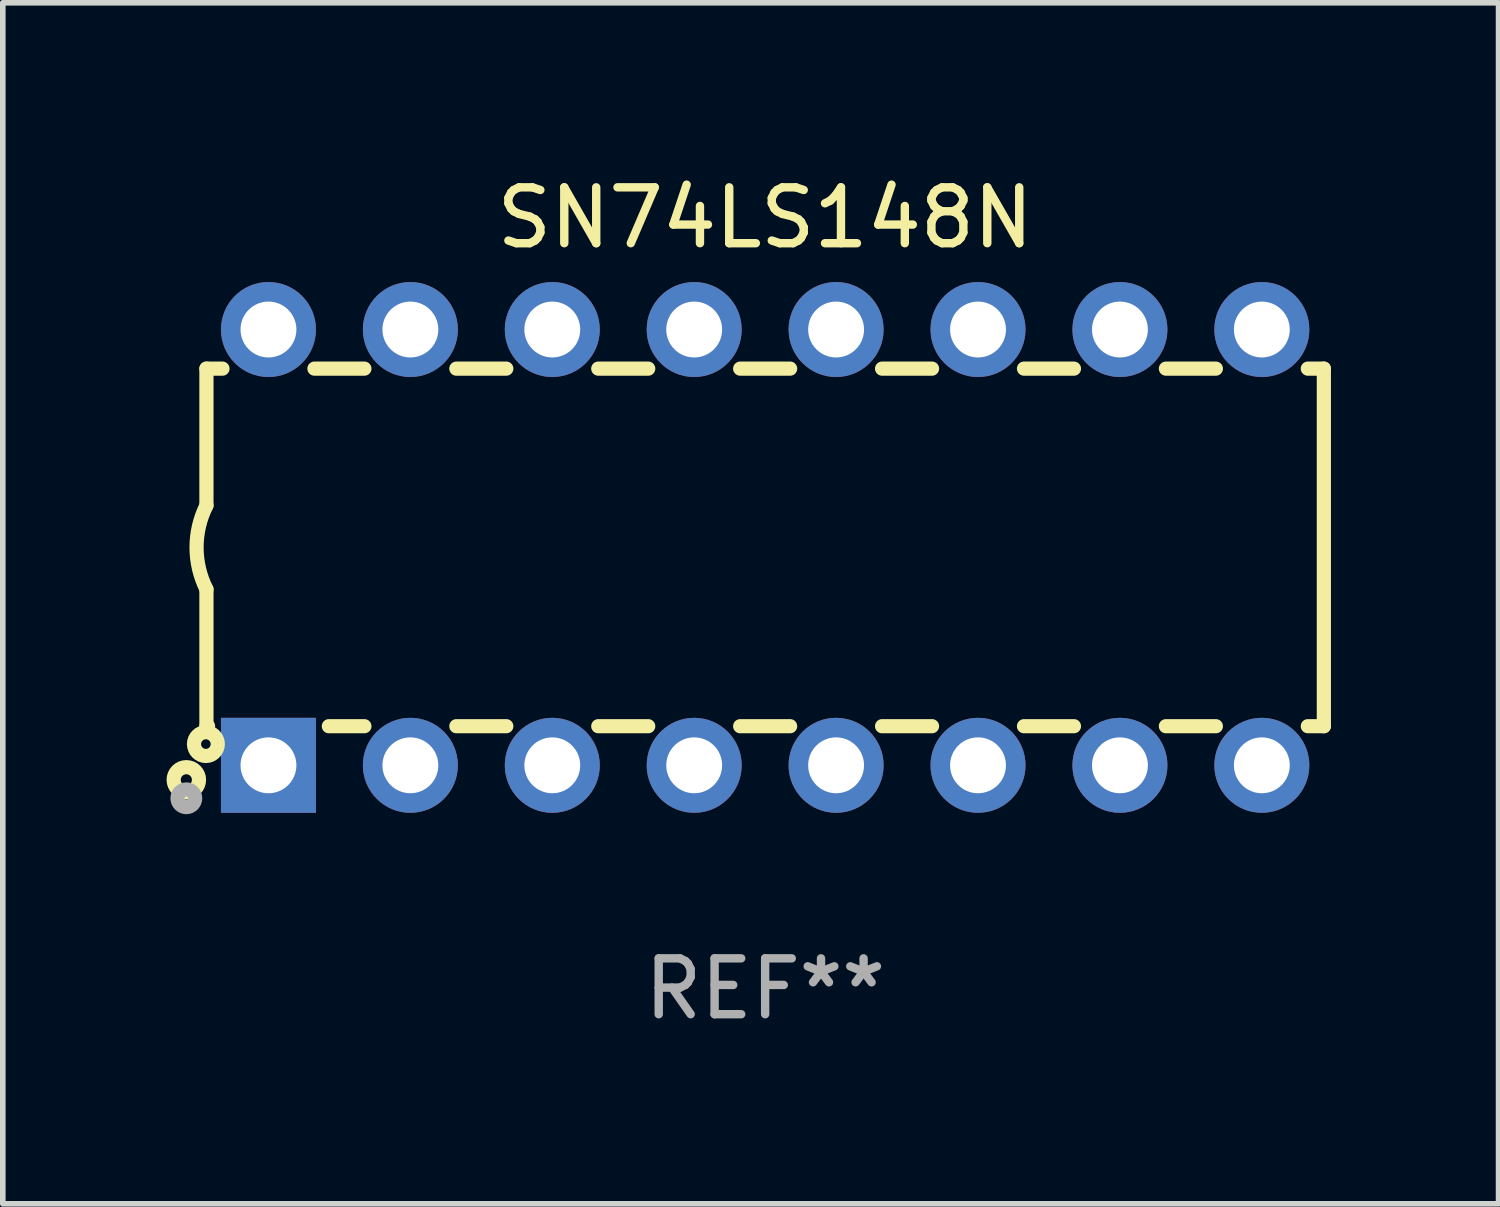
<source format=kicad_pcb>
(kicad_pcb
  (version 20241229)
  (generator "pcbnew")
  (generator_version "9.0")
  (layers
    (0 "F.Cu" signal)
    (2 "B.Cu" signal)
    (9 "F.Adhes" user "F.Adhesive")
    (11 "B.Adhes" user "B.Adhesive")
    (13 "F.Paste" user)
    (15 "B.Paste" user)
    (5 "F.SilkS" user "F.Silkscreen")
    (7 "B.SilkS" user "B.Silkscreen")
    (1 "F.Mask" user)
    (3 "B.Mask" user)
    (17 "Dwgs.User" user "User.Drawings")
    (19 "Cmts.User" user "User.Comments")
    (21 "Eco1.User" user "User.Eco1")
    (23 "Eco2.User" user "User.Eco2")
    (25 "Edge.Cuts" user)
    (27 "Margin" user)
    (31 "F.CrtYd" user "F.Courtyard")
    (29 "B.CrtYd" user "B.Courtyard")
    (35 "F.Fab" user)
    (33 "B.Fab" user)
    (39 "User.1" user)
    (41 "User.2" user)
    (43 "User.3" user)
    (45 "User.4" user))
  (footprint "SN74LS148N"
    (layer "F.Cu")
    (at 10.645 6.748)
    (property "Reference" "SN74LS148N" (at 0 -5.9 0) (layer "F.SilkS") (effects (font (size 1 1) (thickness 0.15))))
    (attr through_hole)
    (fp_line (start -10 -3.2) (end -10 -0.75) (stroke (width 0.254) (type solid)) (layer "F.SilkS"))
    (fp_line (start -10 -3.2) (end -9.713 -3.2) (stroke (width 0.254) (type solid)) (layer "F.SilkS"))
    (fp_line (start -10 3.2) (end -10 0.75) (stroke (width 0.254) (type solid)) (layer "F.SilkS"))
    (fp_line (start -10 3.2) (end -9.971 3.2) (stroke (width 0.254) (type solid)) (layer "F.SilkS"))
    (fp_line (start -8.067 -3.2) (end -7.173 -3.2) (stroke (width 0.254) (type solid)) (layer "F.SilkS"))
    (fp_line (start -7.809 3.2) (end -7.173 3.2) (stroke (width 0.254) (type solid)) (layer "F.SilkS"))
    (fp_line (start -5.527 3.2) (end -4.633 3.2) (stroke (width 0.254) (type solid)) (layer "F.SilkS"))
    (fp_line (start -5.527 -3.2) (end -4.633 -3.2) (stroke (width 0.254) (type solid)) (layer "F.SilkS"))
    (fp_line (start -2.987 3.2) (end -2.093 3.2) (stroke (width 0.254) (type solid)) (layer "F.SilkS"))
    (fp_line (start -2.987 -3.2) (end -2.093 -3.2) (stroke (width 0.254) (type solid)) (layer "F.SilkS"))
    (fp_line (start -0.447 3.2) (end 0.447 3.2) (stroke (width 0.254) (type solid)) (layer "F.SilkS"))
    (fp_line (start -0.447 -3.2) (end 0.447 -3.2) (stroke (width 0.254) (type solid)) (layer "F.SilkS"))
    (fp_line (start 2.093 3.2) (end 2.987 3.2) (stroke (width 0.254) (type solid)) (layer "F.SilkS"))
    (fp_line (start 2.093 -3.2) (end 2.987 -3.2) (stroke (width 0.254) (type solid)) (layer "F.SilkS"))
    (fp_line (start 4.633 3.2) (end 5.527 3.2) (stroke (width 0.254) (type solid)) (layer "F.SilkS"))
    (fp_line (start 4.633 -3.2) (end 5.527 -3.2) (stroke (width 0.254) (type solid)) (layer "F.SilkS"))
    (fp_line (start 7.173 3.2) (end 8.067 3.2) (stroke (width 0.254) (type solid)) (layer "F.SilkS"))
    (fp_line (start 7.173 -3.2) (end 8.067 -3.2) (stroke (width 0.254) (type solid)) (layer "F.SilkS"))
    (fp_line (start 9.713 3.2) (end 10 3.2) (stroke (width 0.254) (type solid)) (layer "F.SilkS"))
    (fp_line (start 9.713 -3.2) (end 10 -3.2) (stroke (width 0.254) (type solid)) (layer "F.SilkS"))
    (fp_line (start 10 -3.2) (end 10 3.2) (stroke (width 0.254) (type solid)) (layer "F.SilkS"))
    (fp_arc (start -10 0.748793) (mid -10.176918 -0.000607) (end -10.000025 -0.750013) (stroke (width 0.254001) (type solid)) (layer "F.SilkS"))
    (fp_circle (center -10.36 4.16) (end -10.26 4.16) (stroke (width 0.254) (type solid)) (fill no) (layer "F.SilkS"))
    (fp_circle (center -10.01 3.52) (end -9.924 3.52) (stroke (width 0.254) (type solid)) (fill no) (layer "F.SilkS"))
    (fp_circle (center -10.36 4.49) (end -10.202 4.49) (stroke (width 0.254) (type solid)) (fill no) (layer "F.Fab"))
    (fp_text user "REF**" (at 0 7.9 0) (layer "F.Fab") (effects (font (size 1 1) (thickness 0.15))))
    (pad "1" thru_hole rect (at -8.89 3.9 90) (size 1.7 1.7) (drill 1) (layers "*.Cu" "*.Mask"))
    (pad "2" thru_hole circle (at -6.35 3.9) (size 1.7 1.7) (drill 1) (layers "*.Cu" "*.Mask"))
    (pad "3" thru_hole circle (at -3.81 3.9) (size 1.7 1.7) (drill 1) (layers "*.Cu" "*.Mask"))
    (pad "4" thru_hole circle (at -1.27 3.9) (size 1.7 1.7) (drill 1) (layers "*.Cu" "*.Mask"))
    (pad "5" thru_hole circle (at 1.27 3.9) (size 1.7 1.7) (drill 1) (layers "*.Cu" "*.Mask"))
    (pad "6" thru_hole circle (at 3.81 3.9) (size 1.7 1.7) (drill 1) (layers "*.Cu" "*.Mask"))
    (pad "7" thru_hole circle (at 6.35 3.9) (size 1.7 1.7) (drill 1) (layers "*.Cu" "*.Mask"))
    (pad "8" thru_hole circle (at 8.89 3.9) (size 1.7 1.7) (drill 1) (layers "*.Cu" "*.Mask"))
    (pad "9" thru_hole circle (at 8.89 -3.9) (size 1.7 1.7) (drill 1) (layers "*.Cu" "*.Mask"))
    (pad "10" thru_hole circle (at 6.35 -3.9) (size 1.7 1.7) (drill 1) (layers "*.Cu" "*.Mask"))
    (pad "11" thru_hole circle (at 3.81 -3.9) (size 1.7 1.7) (drill 1) (layers "*.Cu" "*.Mask"))
    (pad "12" thru_hole circle (at 1.27 -3.9) (size 1.7 1.7) (drill 1) (layers "*.Cu" "*.Mask"))
    (pad "13" thru_hole circle (at -1.27 -3.9) (size 1.7 1.7) (drill 1) (layers "*.Cu" "*.Mask"))
    (pad "14" thru_hole circle (at -3.81 -3.9) (size 1.7 1.7) (drill 1) (layers "*.Cu" "*.Mask"))
    (pad "15" thru_hole circle (at -6.35 -3.9) (size 1.7 1.7) (drill 1) (layers "*.Cu" "*.Mask"))
    (pad "16" thru_hole circle (at -8.89 -3.9) (size 1.7 1.7) (drill 1) (layers "*.Cu" "*.Mask")))
  (gr_rect
    (start -3 -3)
    (end 23.772 18.496)
    (stroke (width 0.1) (type default))
    (fill no)
    (layer "Edge.Cuts")))
</source>
